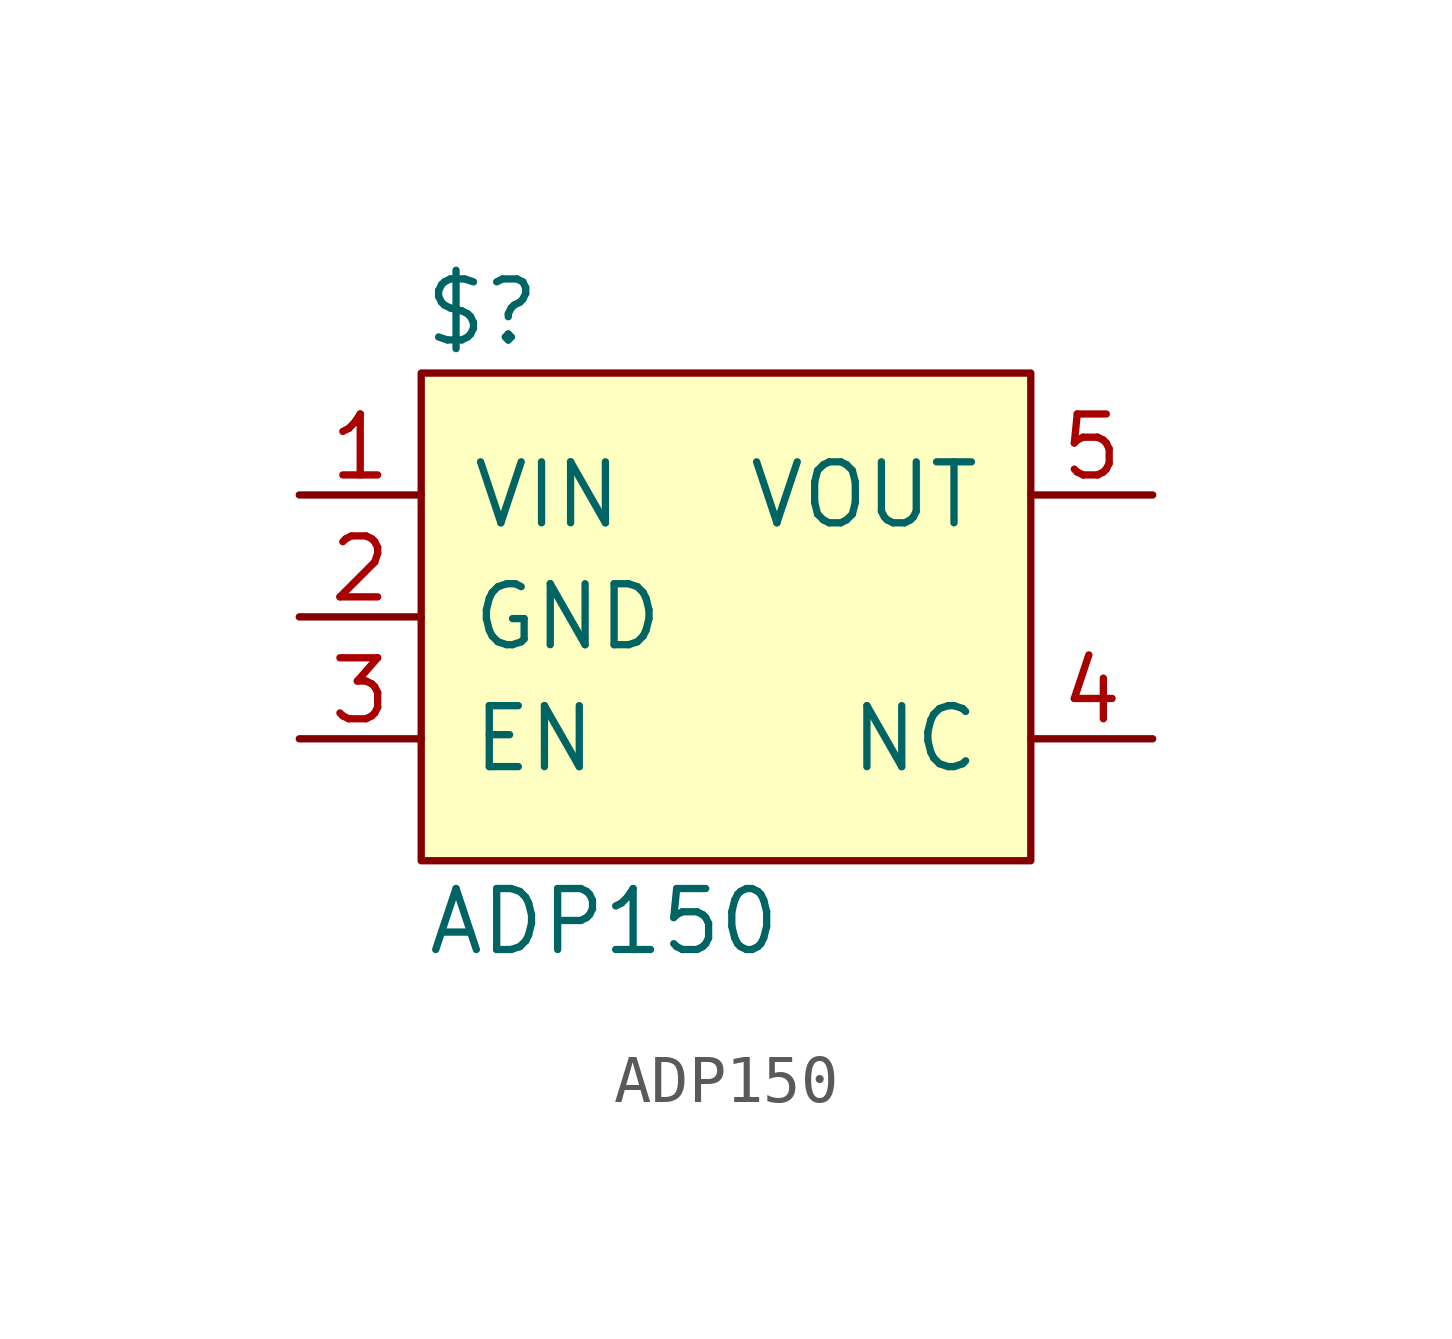
<source format=kicad_sym>
(kicad_symbol_lib
  (version 20241209)
  (generator "kicad_symbol_editor")
  (generator_version "9.0")
  (symbol "ADP150"
    (pin_names
      (offset 1.016))
    (property "Reference" "$"
      (at -6.35 15.24 0)
      (effects (font (size 1.27 1.27))))
    (property "Value" "ADP150"
      (at -3.81 2.54 0)
      (effects (font (size 1.27 1.27))))
    (symbol "ADP150_0_1"
      (rectangle (start -7.62 13.97) (end 5.08 3.81) (stroke (width 0) (type solid)) (fill (type background))))
    (symbol "ADP150_1_1"
      (pin input line (at -10.16 11.43 0) (length 2.54) (name "VIN" (effects (font (size 1.27 1.27)))) (number "1" (effects (font (size 1.27 1.27)))))
      (pin input line (at -10.16 8.89 0) (length 2.54) (name "GND" (effects (font (size 1.27 1.27)))) (number "2" (effects (font (size 1.27 1.27)))))
      (pin input line (at -10.16 6.35 0) (length 2.54) (name "EN" (effects (font (size 1.27 1.27)))) (number "3" (effects (font (size 1.27 1.27)))))
      (pin input line (at 7.62 11.43 180) (length 2.54) (name "VOUT" (effects (font (size 1.27 1.27)))) (number "5" (effects (font (size 1.27 1.27)))))
      (pin input line (at 7.62 6.35 180) (length 2.54) (name "NC" (effects (font (size 1.27 1.27)))) (number "4" (effects (font (size 1.27 1.27))))))))
</source>
